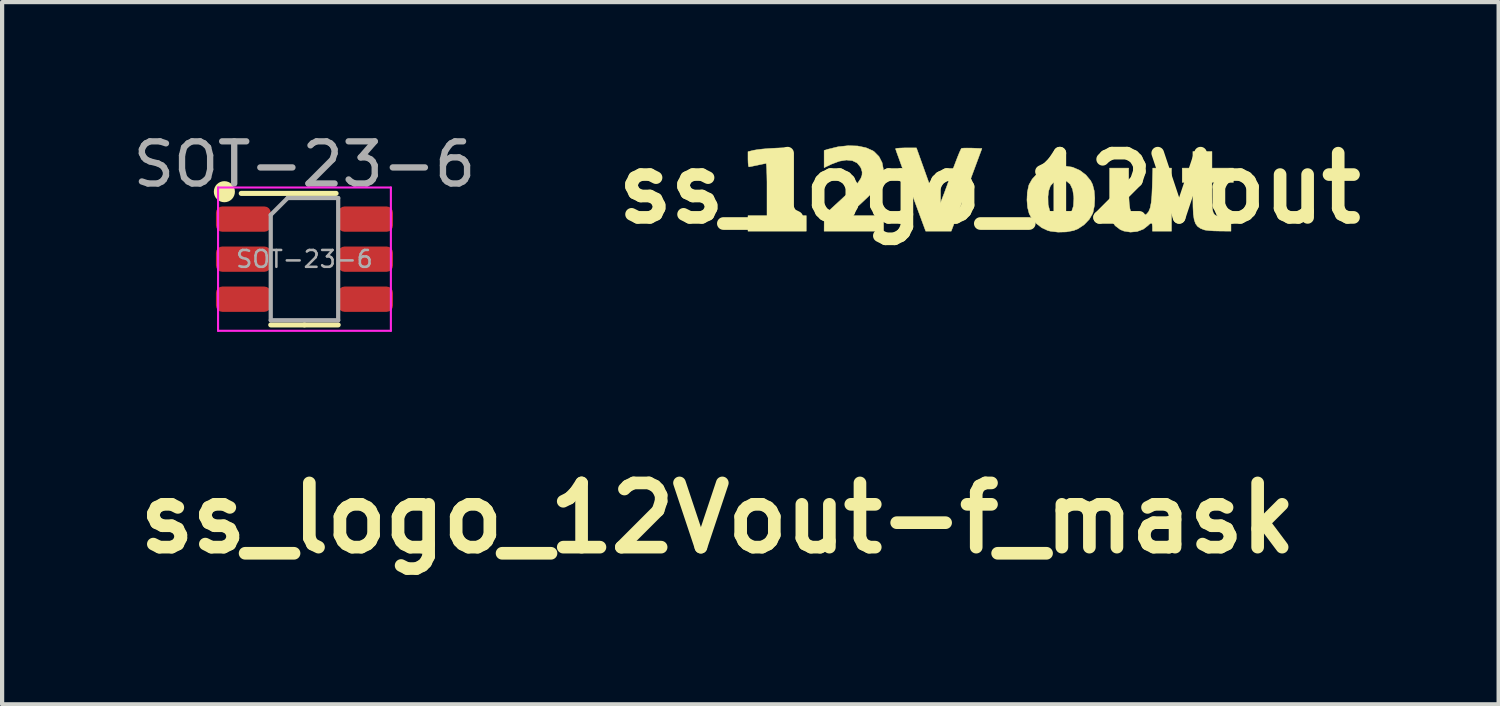
<source format=kicad_pcb>
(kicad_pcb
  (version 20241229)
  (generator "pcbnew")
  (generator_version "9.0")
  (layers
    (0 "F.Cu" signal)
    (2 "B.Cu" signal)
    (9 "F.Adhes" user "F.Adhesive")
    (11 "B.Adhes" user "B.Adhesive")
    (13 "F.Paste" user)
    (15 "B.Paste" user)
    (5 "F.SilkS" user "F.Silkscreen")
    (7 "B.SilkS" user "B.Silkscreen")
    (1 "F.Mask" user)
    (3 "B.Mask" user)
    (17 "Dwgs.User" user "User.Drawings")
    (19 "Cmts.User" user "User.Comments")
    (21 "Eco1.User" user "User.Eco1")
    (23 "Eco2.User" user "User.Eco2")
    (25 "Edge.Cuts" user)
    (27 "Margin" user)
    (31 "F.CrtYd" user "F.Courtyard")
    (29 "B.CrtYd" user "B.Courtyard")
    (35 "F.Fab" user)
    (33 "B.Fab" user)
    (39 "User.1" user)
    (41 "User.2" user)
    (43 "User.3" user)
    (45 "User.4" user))
  (footprint "ss_logo_12Vout-f_mask"
    (layer "F.Cu")
    (at 13.977 9.241)
    (property "Reference" "ss_logo_12Vout-f_mask" (at 0 0 0) (layer "F.SilkS") (effects (font (size 1.524 1.524) (thickness 0.3))))
    (attr through_hole)
    (fp_poly (pts (xy -4.798 0.649) (xy -4.346 0.649) (xy -4.346 1.016) (xy -5.729 1.016) (xy -5.729 0.649) (xy -5.278 0.649) (xy -5.278 0.028) (xy -5.278 -0.152) (xy -5.281 -0.312) (xy -5.285 -0.443) (xy -5.29 -0.537) (xy -5.296 -0.586) (xy -5.299 -0.592) (xy -5.335 -0.585) (xy -5.41 -0.57) (xy -5.503 -0.55) (xy -5.6 -0.53) (xy -5.674 -0.515) (xy -5.708 -0.509) (xy -5.719 -0.534) (xy -5.726 -0.601) (xy -5.729 -0.689) (xy -5.729 -0.87) (xy -5.595 -0.903) (xy -5.512 -0.917) (xy -5.39 -0.932) (xy -5.247 -0.944) (xy -5.129 -0.951) (xy -4.798 -0.967) (xy -4.798 0.649)) (stroke (width 0.01) (type solid)) (fill yes) (layer "F.Mask"))
    (fp_poly (pts (xy 5.278 -0.48) (xy 5.786 -0.48) (xy 5.786 -0.141) (xy 5.278 -0.141) (xy 5.278 0.191) (xy 5.28 0.363) (xy 5.288 0.488) (xy 5.307 0.573) (xy 5.34 0.625) (xy 5.394 0.654) (xy 5.471 0.667) (xy 5.539 0.672) (xy 5.729 0.68) (xy 5.729 1.016) (xy 5.454 1.013) (xy 5.325 1.01) (xy 5.208 1.002) (xy 5.121 0.991) (xy 5.094 0.985) (xy 5.004 0.95) (xy 4.937 0.903) (xy 4.888 0.837) (xy 4.856 0.743) (xy 4.836 0.614) (xy 4.828 0.442) (xy 4.826 0.284) (xy 4.826 -0.141) (xy 4.572 -0.141) (xy 4.572 -0.48) (xy 4.826 -0.48) (xy 4.826 -0.875) (xy 5.278 -0.875) (xy 5.278 -0.48)) (stroke (width 0.01) (type solid)) (fill yes) (layer "F.Mask"))
    (fp_poly (pts (xy -3.129 -1.005) (xy -2.931 -0.964) (xy -2.768 -0.892) (xy -2.737 -0.871) (xy -2.621 -0.754) (xy -2.547 -0.609) (xy -2.516 -0.446) (xy -2.532 -0.278) (xy -2.583 -0.14) (xy -2.64 -0.056) (xy -2.741 0.06) (xy -2.884 0.204) (xy -3.066 0.375) (xy -3.16 0.46) (xy -3.37 0.649) (xy -2.512 0.649) (xy -2.512 1.016) (xy -3.923 1.016) (xy -3.921 0.635) (xy -3.509 0.256) (xy -3.338 0.095) (xy -3.207 -0.036) (xy -3.113 -0.144) (xy -3.053 -0.235) (xy -3.024 -0.314) (xy -3.021 -0.388) (xy -3.041 -0.462) (xy -3.063 -0.509) (xy -3.141 -0.603) (xy -3.254 -0.657) (xy -3.396 -0.671) (xy -3.561 -0.644) (xy -3.743 -0.576) (xy -3.752 -0.572) (xy -3.923 -0.49) (xy -3.923 -0.899) (xy -3.831 -0.928) (xy -3.589 -0.987) (xy -3.351 -1.012) (xy -3.129 -1.005)) (stroke (width 0.01) (type solid)) (fill yes) (layer "F.Mask"))
    (fp_poly (pts (xy 3.303 -0.049) (xy 3.305 0.177) (xy 3.315 0.353) (xy 3.332 0.484) (xy 3.359 0.576) (xy 3.399 0.634) (xy 3.454 0.663) (xy 3.525 0.67) (xy 3.564 0.667) (xy 3.654 0.649) (xy 3.723 0.614) (xy 3.774 0.556) (xy 3.811 0.468) (xy 3.836 0.343) (xy 3.852 0.175) (xy 3.861 -0.035) (xy 3.874 -0.48) (xy 4.318 -0.48) (xy 4.318 1.016) (xy 3.866 1.016) (xy 3.866 0.917) (xy 3.859 0.843) (xy 3.834 0.823) (xy 3.789 0.854) (xy 3.765 0.879) (xy 3.649 0.969) (xy 3.504 1.024) (xy 3.345 1.039) (xy 3.189 1.014) (xy 3.103 0.979) (xy 2.982 0.887) (xy 2.915 0.791) (xy 2.893 0.747) (xy 2.877 0.702) (xy 2.865 0.649) (xy 2.858 0.578) (xy 2.853 0.481) (xy 2.851 0.348) (xy 2.85 0.17) (xy 2.85 0.094) (xy 2.85 -0.48) (xy 3.302 -0.48) (xy 3.303 -0.049)) (stroke (width 0.01) (type solid)) (fill yes) (layer "F.Mask"))
    (fp_poly (pts (xy -1.483 -0.261) (xy -1.416 -0.073) (xy -1.354 0.097) (xy -1.3 0.242) (xy -1.258 0.356) (xy -1.229 0.43) (xy -1.216 0.457) (xy -1.203 0.437) (xy -1.173 0.37) (xy -1.131 0.264) (xy -1.077 0.124) (xy -1.015 -0.043) (xy -0.948 -0.23) (xy -0.948 -0.23) (xy -0.88 -0.419) (xy -0.816 -0.589) (xy -0.76 -0.735) (xy -0.714 -0.848) (xy -0.68 -0.922) (xy -0.663 -0.949) (xy -0.621 -0.954) (xy -0.538 -0.956) (xy -0.431 -0.955) (xy -0.405 -0.954) (xy -0.179 -0.945) (xy -0.498 -0.085) (xy -0.577 0.13) (xy -0.652 0.332) (xy -0.72 0.515) (xy -0.778 0.671) (xy -0.824 0.793) (xy -0.854 0.873) (xy -0.862 0.896) (xy -0.908 1.016) (xy -1.513 1.016) (xy -1.871 0.047) (xy -1.953 -0.174) (xy -2.028 -0.379) (xy -2.095 -0.561) (xy -2.15 -0.714) (xy -2.193 -0.832) (xy -2.22 -0.91) (xy -2.23 -0.94) (xy -2.23 -0.94) (xy -2.203 -0.949) (xy -2.134 -0.955) (xy -2.033 -0.959) (xy -1.981 -0.96) (xy -1.733 -0.96) (xy -1.483 -0.261)) (stroke (width 0.01) (type solid)) (fill yes) (layer "F.Mask"))
    (fp_poly (pts (xy 1.798 -0.527) (xy 1.953 -0.505) (xy 1.979 -0.498) (xy 2.143 -0.427) (xy 2.287 -0.318) (xy 2.398 -0.185) (xy 2.446 -0.091) (xy 2.484 0.057) (xy 2.498 0.233) (xy 2.489 0.412) (xy 2.457 0.569) (xy 2.446 0.599) (xy 2.367 0.736) (xy 2.247 0.861) (xy 2.103 0.958) (xy 1.995 1.002) (xy 1.82 1.034) (xy 1.627 1.039) (xy 1.444 1.017) (xy 1.38 1) (xy 1.238 0.933) (xy 1.104 0.829) (xy 0.996 0.703) (xy 0.941 0.599) (xy 0.903 0.452) (xy 0.889 0.277) (xy 0.893 0.196) (xy 1.388 0.196) (xy 1.392 0.386) (xy 1.43 0.534) (xy 1.5 0.636) (xy 1.601 0.693) (xy 1.693 0.706) (xy 1.8 0.686) (xy 1.871 0.649) (xy 1.946 0.557) (xy 1.99 0.424) (xy 2.001 0.248) (xy 1.999 0.196) (xy 1.973 0.028) (xy 1.917 -0.094) (xy 1.833 -0.168) (xy 1.721 -0.195) (xy 1.619 -0.182) (xy 1.516 -0.137) (xy 1.446 -0.058) (xy 1.404 0.061) (xy 1.388 0.196) (xy 0.893 0.196) (xy 0.897 0.099) (xy 0.929 -0.057) (xy 0.94 -0.09) (xy 1.014 -0.22) (xy 1.126 -0.342) (xy 1.257 -0.439) (xy 1.321 -0.471) (xy 1.458 -0.51) (xy 1.625 -0.529) (xy 1.798 -0.527)) (stroke (width 0.01) (type solid)) (fill yes) (layer "F.Mask")))
  (footprint "ss_logo_12Vout"
    (layer "F.Cu")
    (at 20.424 1.418)
    (property "Reference" "ss_logo_12Vout" (at 0 0 0) (layer "F.SilkS") (effects (font (size 1.524 1.524) (thickness 0.3))))
    (attr through_hole)
    (fp_poly (pts (xy -4.798 0.649) (xy -4.346 0.649) (xy -4.346 1.016) (xy -5.729 1.016) (xy -5.729 0.649) (xy -5.278 0.649) (xy -5.278 0.028) (xy -5.278 -0.152) (xy -5.281 -0.312) (xy -5.285 -0.443) (xy -5.29 -0.537) (xy -5.296 -0.586) (xy -5.299 -0.592) (xy -5.335 -0.585) (xy -5.41 -0.57) (xy -5.503 -0.55) (xy -5.6 -0.53) (xy -5.674 -0.515) (xy -5.708 -0.509) (xy -5.719 -0.534) (xy -5.726 -0.601) (xy -5.729 -0.689) (xy -5.729 -0.87) (xy -5.595 -0.903) (xy -5.512 -0.917) (xy -5.39 -0.932) (xy -5.247 -0.944) (xy -5.129 -0.951) (xy -4.798 -0.967) (xy -4.798 0.649)) (stroke (width 0.01) (type solid)) (fill yes) (layer "F.SilkS"))
    (fp_poly (pts (xy 5.278 -0.48) (xy 5.786 -0.48) (xy 5.786 -0.141) (xy 5.278 -0.141) (xy 5.278 0.191) (xy 5.28 0.363) (xy 5.288 0.488) (xy 5.307 0.573) (xy 5.34 0.625) (xy 5.394 0.654) (xy 5.471 0.667) (xy 5.539 0.672) (xy 5.729 0.68) (xy 5.729 1.016) (xy 5.454 1.013) (xy 5.325 1.01) (xy 5.208 1.002) (xy 5.121 0.991) (xy 5.094 0.985) (xy 5.004 0.95) (xy 4.937 0.903) (xy 4.888 0.837) (xy 4.856 0.743) (xy 4.836 0.614) (xy 4.828 0.442) (xy 4.826 0.284) (xy 4.826 -0.141) (xy 4.572 -0.141) (xy 4.572 -0.48) (xy 4.826 -0.48) (xy 4.826 -0.875) (xy 5.278 -0.875) (xy 5.278 -0.48)) (stroke (width 0.01) (type solid)) (fill yes) (layer "F.SilkS"))
    (fp_poly (pts (xy -3.129 -1.005) (xy -2.931 -0.964) (xy -2.768 -0.892) (xy -2.737 -0.871) (xy -2.621 -0.754) (xy -2.547 -0.609) (xy -2.516 -0.446) (xy -2.532 -0.278) (xy -2.583 -0.14) (xy -2.64 -0.056) (xy -2.741 0.06) (xy -2.884 0.204) (xy -3.066 0.375) (xy -3.16 0.46) (xy -3.37 0.649) (xy -2.512 0.649) (xy -2.512 1.016) (xy -3.923 1.016) (xy -3.921 0.635) (xy -3.509 0.256) (xy -3.338 0.095) (xy -3.207 -0.036) (xy -3.113 -0.144) (xy -3.053 -0.235) (xy -3.024 -0.314) (xy -3.021 -0.388) (xy -3.041 -0.462) (xy -3.063 -0.509) (xy -3.141 -0.603) (xy -3.254 -0.657) (xy -3.396 -0.671) (xy -3.561 -0.644) (xy -3.743 -0.576) (xy -3.752 -0.572) (xy -3.923 -0.49) (xy -3.923 -0.899) (xy -3.831 -0.928) (xy -3.589 -0.987) (xy -3.351 -1.012) (xy -3.129 -1.005)) (stroke (width 0.01) (type solid)) (fill yes) (layer "F.SilkS"))
    (fp_poly (pts (xy 3.303 -0.049) (xy 3.305 0.177) (xy 3.315 0.353) (xy 3.332 0.484) (xy 3.359 0.576) (xy 3.399 0.634) (xy 3.454 0.663) (xy 3.525 0.67) (xy 3.564 0.667) (xy 3.654 0.649) (xy 3.723 0.614) (xy 3.774 0.556) (xy 3.811 0.468) (xy 3.836 0.343) (xy 3.852 0.175) (xy 3.861 -0.035) (xy 3.874 -0.48) (xy 4.318 -0.48) (xy 4.318 1.016) (xy 3.866 1.016) (xy 3.866 0.917) (xy 3.859 0.843) (xy 3.834 0.823) (xy 3.789 0.854) (xy 3.765 0.879) (xy 3.649 0.969) (xy 3.504 1.024) (xy 3.345 1.039) (xy 3.189 1.014) (xy 3.103 0.979) (xy 2.982 0.887) (xy 2.915 0.791) (xy 2.893 0.747) (xy 2.877 0.702) (xy 2.865 0.649) (xy 2.858 0.578) (xy 2.853 0.481) (xy 2.851 0.348) (xy 2.85 0.17) (xy 2.85 0.094) (xy 2.85 -0.48) (xy 3.302 -0.48) (xy 3.303 -0.049)) (stroke (width 0.01) (type solid)) (fill yes) (layer "F.SilkS"))
    (fp_poly (pts (xy -1.483 -0.261) (xy -1.416 -0.073) (xy -1.354 0.097) (xy -1.3 0.242) (xy -1.258 0.356) (xy -1.229 0.43) (xy -1.216 0.457) (xy -1.203 0.437) (xy -1.173 0.37) (xy -1.131 0.264) (xy -1.077 0.124) (xy -1.015 -0.043) (xy -0.948 -0.23) (xy -0.948 -0.23) (xy -0.88 -0.419) (xy -0.816 -0.589) (xy -0.76 -0.735) (xy -0.714 -0.848) (xy -0.68 -0.922) (xy -0.663 -0.949) (xy -0.621 -0.954) (xy -0.538 -0.956) (xy -0.431 -0.955) (xy -0.405 -0.954) (xy -0.179 -0.945) (xy -0.498 -0.085) (xy -0.577 0.13) (xy -0.652 0.332) (xy -0.72 0.515) (xy -0.778 0.671) (xy -0.824 0.793) (xy -0.854 0.873) (xy -0.862 0.896) (xy -0.908 1.016) (xy -1.513 1.016) (xy -1.871 0.047) (xy -1.953 -0.174) (xy -2.028 -0.379) (xy -2.095 -0.561) (xy -2.15 -0.714) (xy -2.193 -0.832) (xy -2.22 -0.91) (xy -2.23 -0.94) (xy -2.23 -0.94) (xy -2.203 -0.949) (xy -2.134 -0.955) (xy -2.033 -0.959) (xy -1.981 -0.96) (xy -1.733 -0.96) (xy -1.483 -0.261)) (stroke (width 0.01) (type solid)) (fill yes) (layer "F.SilkS"))
    (fp_poly (pts (xy 1.798 -0.527) (xy 1.953 -0.505) (xy 1.979 -0.498) (xy 2.143 -0.427) (xy 2.287 -0.318) (xy 2.398 -0.185) (xy 2.446 -0.091) (xy 2.484 0.057) (xy 2.498 0.233) (xy 2.489 0.412) (xy 2.457 0.569) (xy 2.446 0.599) (xy 2.367 0.736) (xy 2.247 0.861) (xy 2.103 0.958) (xy 1.995 1.002) (xy 1.82 1.034) (xy 1.627 1.039) (xy 1.444 1.017) (xy 1.38 1) (xy 1.238 0.933) (xy 1.104 0.829) (xy 0.996 0.703) (xy 0.941 0.599) (xy 0.903 0.452) (xy 0.889 0.277) (xy 0.893 0.196) (xy 1.388 0.196) (xy 1.392 0.386) (xy 1.43 0.534) (xy 1.5 0.636) (xy 1.601 0.693) (xy 1.693 0.706) (xy 1.8 0.686) (xy 1.871 0.649) (xy 1.946 0.557) (xy 1.99 0.424) (xy 2.001 0.248) (xy 1.999 0.196) (xy 1.973 0.028) (xy 1.917 -0.094) (xy 1.833 -0.168) (xy 1.721 -0.195) (xy 1.619 -0.182) (xy 1.516 -0.137) (xy 1.446 -0.058) (xy 1.404 0.061) (xy 1.388 0.196) (xy 0.893 0.196) (xy 0.897 0.099) (xy 0.929 -0.057) (xy 0.94 -0.09) (xy 1.014 -0.22) (xy 1.126 -0.342) (xy 1.257 -0.439) (xy 1.321 -0.471) (xy 1.458 -0.51) (xy 1.625 -0.529) (xy 1.798 -0.527)) (stroke (width 0.01) (type solid)) (fill yes) (layer "F.SilkS")))
  (footprint "SOT-23-6"
    (layer "F.Cu")
    (at 4.173 3.098)
    (property "Reference" "SOT-23-6" (at 0 -2.25 0) (layer "F.Fab") (effects (font (size 1 1) (thickness 0.15))))
    (attr smd)
    (fp_line (start 0 1.56) (end -0.8 1.56) (stroke (width 0.12) (type solid)) (layer "F.SilkS"))
    (fp_line (start 0 1.56) (end 0.8 1.56) (stroke (width 0.12) (type solid)) (layer "F.SilkS"))
    (fp_line (start 0.75 -1.56) (end -1.5 -1.56) (stroke (width 0.12) (type solid)) (layer "F.SilkS"))
    (fp_circle (center -1.9 -1.6) (end -1.775 -1.6) (stroke (width 0.25) (type solid)) (fill no) (layer "F.SilkS"))
    (fp_line (start -2.05 -1.7) (end -2.05 1.7) (stroke (width 0.05) (type solid)) (layer "F.CrtYd"))
    (fp_line (start -2.05 1.7) (end 2.05 1.7) (stroke (width 0.05) (type solid)) (layer "F.CrtYd"))
    (fp_line (start 2.05 -1.7) (end -2.05 -1.7) (stroke (width 0.05) (type solid)) (layer "F.CrtYd"))
    (fp_line (start 2.05 1.7) (end 2.05 -1.7) (stroke (width 0.05) (type solid)) (layer "F.CrtYd"))
    (fp_line (start -0.8 -1.05) (end -0.4 -1.45) (stroke (width 0.1) (type solid)) (layer "F.Fab"))
    (fp_line (start -0.8 1.45) (end -0.8 -1.05) (stroke (width 0.1) (type solid)) (layer "F.Fab"))
    (fp_line (start -0.4 -1.45) (end 0.8 -1.45) (stroke (width 0.1) (type solid)) (layer "F.Fab"))
    (fp_line (start 0.8 -1.45) (end 0.8 1.45) (stroke (width 0.1) (type solid)) (layer "F.Fab"))
    (fp_line (start 0.8 1.45) (end -0.8 1.45) (stroke (width 0.1) (type solid)) (layer "F.Fab"))
    (fp_text user "${REFERENCE}" (at 0 0 0) (layer "F.Fab") (effects (font (size 0.4 0.4) (thickness 0.06))))
    (pad "1" smd roundrect (at -1.45 -0.95) (size 1.3 0.6) (layers "F.Cu" "F.Mask" "F.Paste") (roundrect_rratio 0.25))
    (pad "2" smd roundrect (at -1.45 0) (size 1.3 0.6) (layers "F.Cu" "F.Mask" "F.Paste") (roundrect_rratio 0.25))
    (pad "3" smd roundrect (at -1.45 0.95) (size 1.3 0.6) (layers "F.Cu" "F.Mask" "F.Paste") (roundrect_rratio 0.25))
    (pad "4" smd roundrect (at 1.45 0.95) (size 1.3 0.6) (layers "F.Cu" "F.Mask" "F.Paste") (roundrect_rratio 0.25))
    (pad "5" smd roundrect (at 1.45 0) (size 1.3 0.6) (layers "F.Cu" "F.Mask" "F.Paste") (roundrect_rratio 0.25))
    (pad "6" smd roundrect (at 1.45 -0.95) (size 1.3 0.6) (layers "F.Cu" "F.Mask" "F.Paste") (roundrect_rratio 0.25)))
  (gr_rect
    (start -3 -3)
    (end 32.503 13.659)
    (stroke (width 0.1) (type default))
    (fill no)
    (layer "Edge.Cuts")))
</source>
